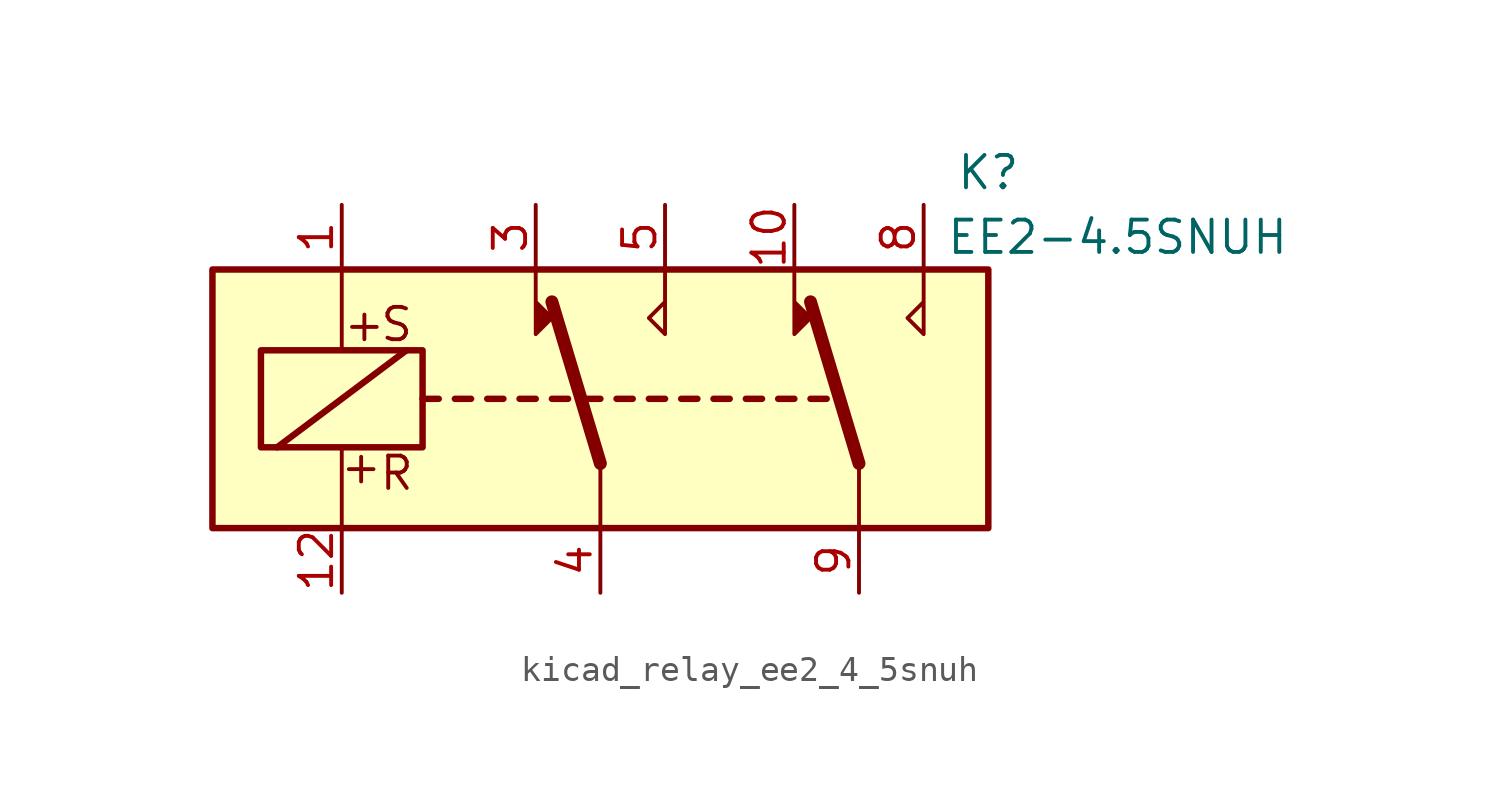
<source format=kicad_sym>
(kicad_symbol_lib
  (version 20220914)
  (generator kicad_symbol_editor)
  (symbol "kicad_relay_ee2_4_5snuh"
    (property "Reference" "K"
      (at 15.24 8.89 0)
      (effects (font (size 1.27 1.27))))
    (property "Value" "EE2-4.5SNUH"
      (at 20.32 6.35 0)
      (effects (font (size 1.27 1.27))))
    (symbol "kicad_relay_ee2_4_5snuh_1_1"
      (rectangle (start -15.24 5.08) (end 15.24 -5.08) (stroke (width 0.254) (type default)) (fill (type background)))
      (rectangle (start -13.335 1.905) (end -6.985 -1.905) (stroke (width 0.254) (type default)) (fill (type none)))
      (polyline (pts (xy -12.7 -1.905) (xy -7.62 1.905)) (stroke (width 0.254) (type default)) (fill (type none)))
      (polyline (pts (xy -10.16 -5.08) (xy -10.16 -1.905)) (stroke (width 0) (type default)) (fill (type none)))
      (polyline (pts (xy -10.16 5.08) (xy -10.16 1.905)) (stroke (width 0) (type default)) (fill (type none)))
      (polyline (pts (xy -6.985 0) (xy -6.35 0)) (stroke (width 0.254) (type default)) (fill (type none)))
      (polyline (pts (xy -5.715 0) (xy -5.08 0)) (stroke (width 0.254) (type default)) (fill (type none)))
      (polyline (pts (xy -4.445 0) (xy -3.81 0)) (stroke (width 0.254) (type default)) (fill (type none)))
      (polyline (pts (xy -3.175 0) (xy -2.54 0)) (stroke (width 0.254) (type default)) (fill (type none)))
      (polyline (pts (xy -1.905 0) (xy -1.27 0)) (stroke (width 0.254) (type default)) (fill (type none)))
      (polyline (pts (xy -0.635 0) (xy 0 0)) (stroke (width 0.254) (type default)) (fill (type none)))
      (polyline (pts (xy 0 -2.54) (xy -1.905 3.81)) (stroke (width 0.508) (type default)) (fill (type none)))
      (polyline (pts (xy 0 -2.54) (xy 0 -5.08)) (stroke (width 0) (type default)) (fill (type none)))
      (polyline (pts (xy 0.635 0) (xy 1.27 0)) (stroke (width 0.254) (type default)) (fill (type none)))
      (polyline (pts (xy 1.905 0) (xy 2.54 0)) (stroke (width 0.254) (type default)) (fill (type none)))
      (polyline (pts (xy 3.175 0) (xy 3.81 0)) (stroke (width 0.254) (type default)) (fill (type none)))
      (polyline (pts (xy 4.445 0) (xy 5.08 0)) (stroke (width 0.254) (type default)) (fill (type none)))
      (polyline (pts (xy 5.715 0) (xy 6.35 0)) (stroke (width 0.254) (type default)) (fill (type none)))
      (polyline (pts (xy 6.985 0) (xy 7.62 0)) (stroke (width 0.254) (type default)) (fill (type none)))
      (polyline (pts (xy 8.255 0) (xy 8.89 0)) (stroke (width 0.254) (type default)) (fill (type none)))
      (polyline (pts (xy 10.16 -2.54) (xy 8.255 3.81)) (stroke (width 0.508) (type default)) (fill (type none)))
      (polyline (pts (xy 10.16 -2.54) (xy 10.16 -5.08)) (stroke (width 0) (type default)) (fill (type none)))
      (polyline (pts (xy -2.54 5.08) (xy -2.54 2.54) (xy -1.905 3.175) (xy -2.54 3.81)) (stroke (width 0) (type default)) (fill (type outline)))
      (polyline (pts (xy 2.54 5.08) (xy 2.54 2.54) (xy 1.905 3.175) (xy 2.54 3.81)) (stroke (width 0) (type default)) (fill (type none)))
      (polyline (pts (xy 7.62 5.08) (xy 7.62 2.54) (xy 8.255 3.175) (xy 7.62 3.81)) (stroke (width 0) (type default)) (fill (type outline)))
      (polyline (pts (xy 12.7 5.08) (xy 12.7 2.54) (xy 12.065 3.175) (xy 12.7 3.81)) (stroke (width 0) (type default)) (fill (type none)))
      (text "+" (at -9.398 -2.667 0) (effects (font (size 1.27 1.27))))
      (text "+" (at -9.271 2.921 0) (effects (font (size 1.27 1.27))))
      (text "R" (at -8.001 -2.921 0) (effects (font (size 1.27 1.27))))
      (text "S" (at -8.001 2.921 0) (effects (font (size 1.27 1.27))))
      (pin passive line (at -10.16 7.62 270) (length 2.54) (name "~" (effects (font (size 1.27 1.27)))) (number "1" (effects (font (size 1.27 1.27)))))
      (pin passive line (at 7.62 7.62 270) (length 2.54) (name "~" (effects (font (size 1.27 1.27)))) (number "10" (effects (font (size 1.27 1.27)))))
      (pin passive line (at -10.16 -7.62 90) (length 2.54) (name "~" (effects (font (size 1.27 1.27)))) (number "12" (effects (font (size 1.27 1.27)))))
      (pin passive line (at -2.54 7.62 270) (length 2.54) (name "~" (effects (font (size 1.27 1.27)))) (number "3" (effects (font (size 1.27 1.27)))))
      (pin passive line (at 0 -7.62 90) (length 2.54) (name "~" (effects (font (size 1.27 1.27)))) (number "4" (effects (font (size 1.27 1.27)))))
      (pin passive line (at 2.54 7.62 270) (length 2.54) (name "~" (effects (font (size 1.27 1.27)))) (number "5" (effects (font (size 1.27 1.27)))))
      (pin passive line (at 12.7 7.62 270) (length 2.54) (name "~" (effects (font (size 1.27 1.27)))) (number "8" (effects (font (size 1.27 1.27)))))
      (pin passive line (at 10.16 -7.62 90) (length 2.54) (name "~" (effects (font (size 1.27 1.27)))) (number "9" (effects (font (size 1.27 1.27))))))))
</source>
